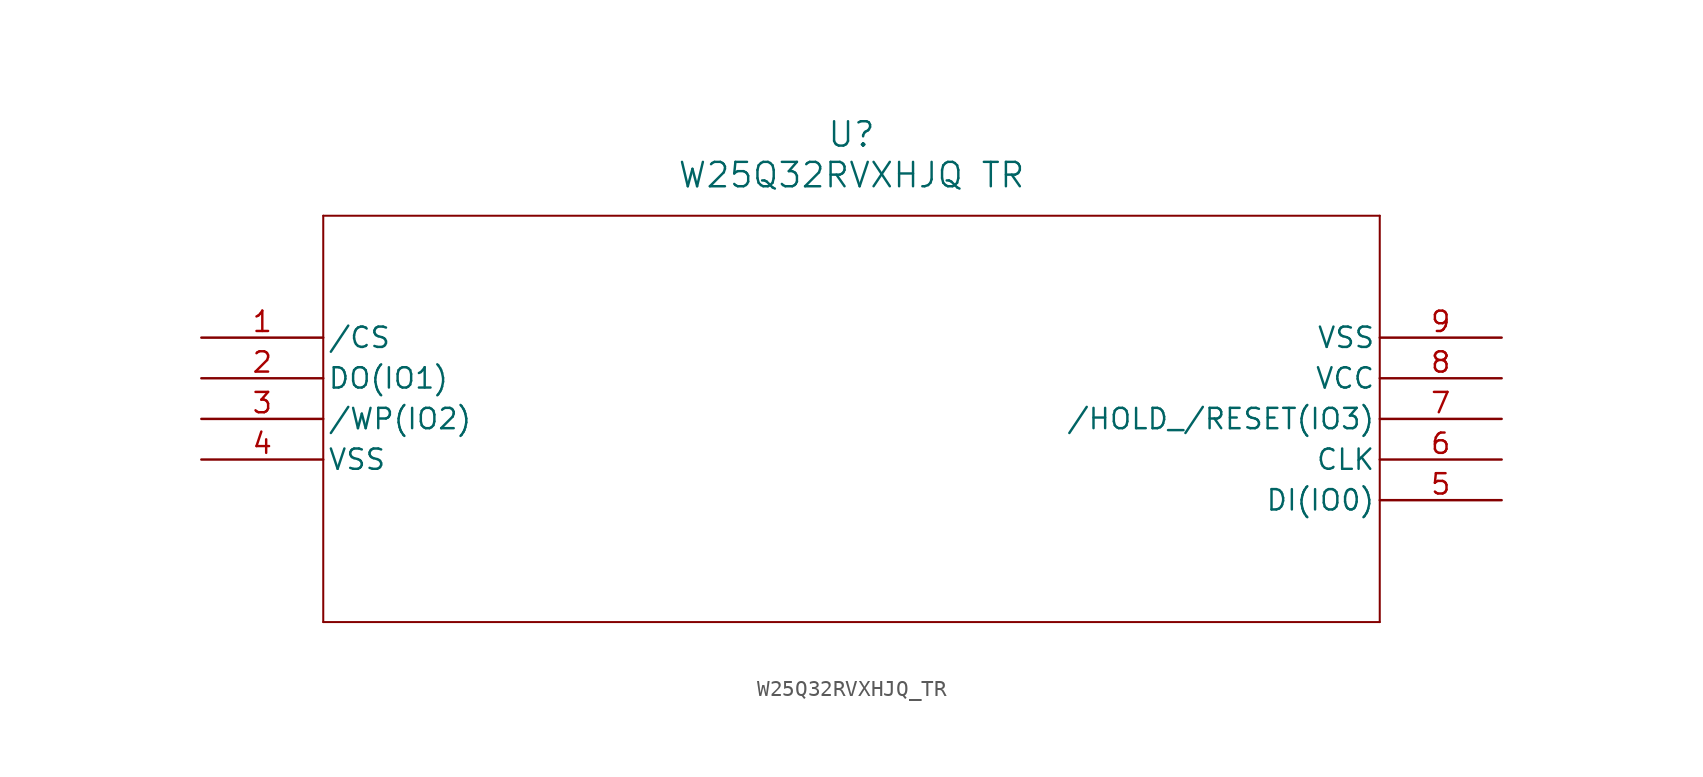
<source format=kicad_sym>
(kicad_symbol_lib
  (version 20211014)
  (generator kicad_symbol_editor)
  (symbol "W25Q32RVXHJQ_TR"
    (pin_names
      (offset 0.254))
    (property "Reference" "U"
      (at 40.64 12.7 0)
      (effects (font (size 1.524 1.524))))
    (property "Value" "W25Q32RVXHJQ TR"
      (at 40.64 10.16 0)
      (effects (font (size 1.524 1.524))))
    (symbol "W25Q32RVXHJQ_TR_0_1"
      (polyline (pts (xy 7.62 7.62) (xy 7.62 -17.78)) (stroke (width 0.127) (type default) (color 0 0 0 0)) (fill (type none)))
      (polyline (pts (xy 7.62 -17.78) (xy 73.66 -17.78)) (stroke (width 0.127) (type default) (color 0 0 0 0)) (fill (type none)))
      (polyline (pts (xy 73.66 -17.78) (xy 73.66 7.62)) (stroke (width 0.127) (type default) (color 0 0 0 0)) (fill (type none)))
      (polyline (pts (xy 73.66 7.62) (xy 7.62 7.62)) (stroke (width 0.127) (type default) (color 0 0 0 0)) (fill (type none)))
      (pin input line (at 0 0 0) (length 7.62) (name "/CS" (effects (font (size 1.27 1.27)))) (number "1" (effects (font (size 1.27 1.27)))))
      (pin bidirectional line (at 0 -2.54 0) (length 7.62) (name "DO(IO1)" (effects (font (size 1.27 1.27)))) (number "2" (effects (font (size 1.27 1.27)))))
      (pin bidirectional line (at 0 -5.08 0) (length 7.62) (name "/WP(IO2)" (effects (font (size 1.27 1.27)))) (number "3" (effects (font (size 1.27 1.27)))))
      (pin power_out line (at 0 -7.62 0) (length 7.62) (name "VSS" (effects (font (size 1.27 1.27)))) (number "4" (effects (font (size 1.27 1.27)))))
      (pin bidirectional line (at 81.28 -10.16 180) (length 7.62) (name "DI(IO0)" (effects (font (size 1.27 1.27)))) (number "5" (effects (font (size 1.27 1.27)))))
      (pin input line (at 81.28 -7.62 180) (length 7.62) (name "CLK" (effects (font (size 1.27 1.27)))) (number "6" (effects (font (size 1.27 1.27)))))
      (pin bidirectional line (at 81.28 -5.08 180) (length 7.62) (name "/HOLD_/RESET(IO3)" (effects (font (size 1.27 1.27)))) (number "7" (effects (font (size 1.27 1.27)))))
      (pin power_in line (at 81.28 -2.54 180) (length 7.62) (name "VCC" (effects (font (size 1.27 1.27)))) (number "8" (effects (font (size 1.27 1.27)))))
      (pin power_out line (at 81.28 0 180) (length 7.62) (name "VSS" (effects (font (size 1.27 1.27)))) (number "9" (effects (font (size 1.27 1.27))))))))
</source>
